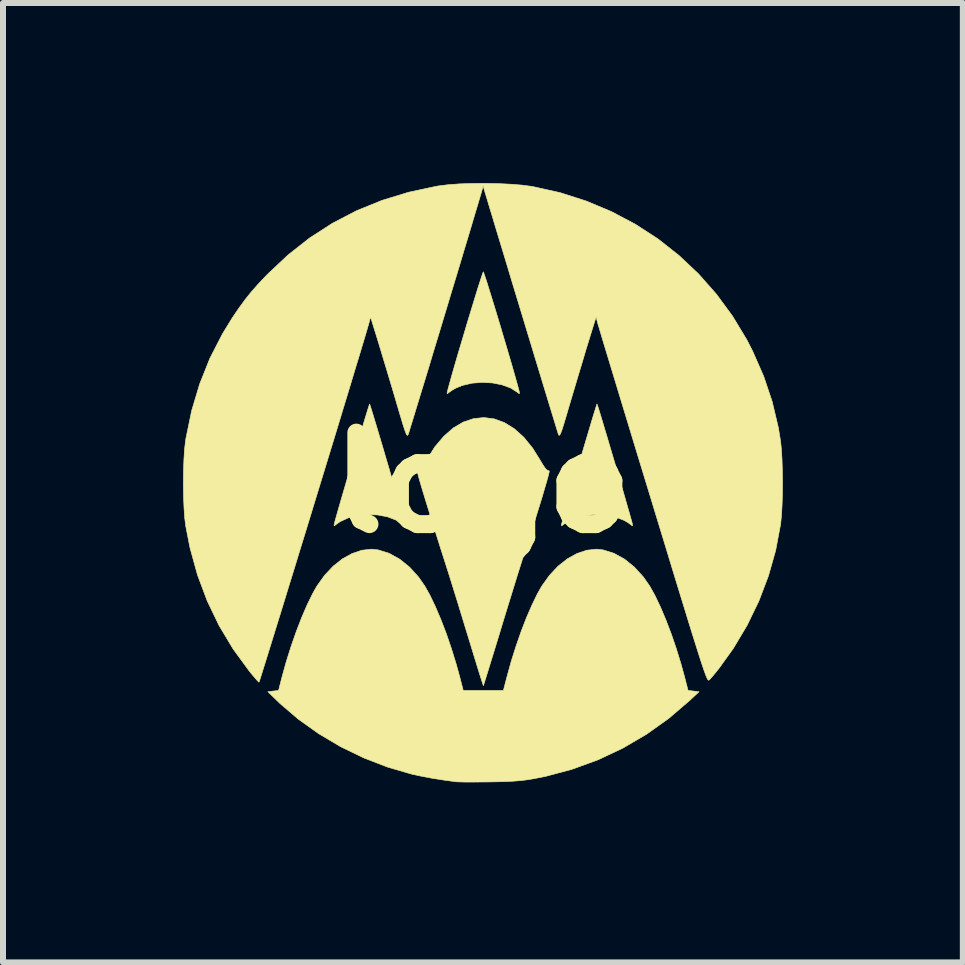
<source format=kicad_pcb>
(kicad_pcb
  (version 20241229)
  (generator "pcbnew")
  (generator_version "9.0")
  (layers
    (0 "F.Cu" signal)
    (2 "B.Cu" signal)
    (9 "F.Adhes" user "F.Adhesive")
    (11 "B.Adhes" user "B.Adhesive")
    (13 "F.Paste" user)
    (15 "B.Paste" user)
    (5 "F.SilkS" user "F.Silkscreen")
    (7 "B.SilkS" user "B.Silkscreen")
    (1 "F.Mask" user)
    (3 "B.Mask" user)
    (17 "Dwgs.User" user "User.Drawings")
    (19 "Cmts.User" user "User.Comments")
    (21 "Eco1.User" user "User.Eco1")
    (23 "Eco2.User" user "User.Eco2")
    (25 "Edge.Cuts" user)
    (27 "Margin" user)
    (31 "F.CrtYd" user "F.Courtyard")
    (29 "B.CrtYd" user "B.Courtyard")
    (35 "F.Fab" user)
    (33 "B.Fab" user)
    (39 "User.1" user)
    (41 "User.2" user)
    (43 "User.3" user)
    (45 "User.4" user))
  (footprint "logo"
    (layer "F.Cu")
    (at 4.992 4.993)
    (property "Reference" "logo" (at 0 0 0) (layer "F.SilkS") (effects (font (size 1.524 1.524) (thickness 0.3))))
    (attr through_hole)
    (fp_poly (pts (xy 0.019 -3.494) (xy 0.038 -3.438) (xy 0.067 -3.352) (xy 0.102 -3.238) (xy 0.144 -3.103) (xy 0.191 -2.951) (xy 0.241 -2.786) (xy 0.293 -2.614) (xy 0.345 -2.438) (xy 0.397 -2.264) (xy 0.446 -2.097) (xy 0.492 -1.94) (xy 0.532 -1.8) (xy 0.566 -1.68) (xy 0.592 -1.585) (xy 0.608 -1.524) (xy 0.614 -1.488) (xy 0.603 -1.487) (xy 0.58 -1.506) (xy 0.465 -1.579) (xy 0.323 -1.631) (xy 0.162 -1.663) (xy -0.007 -1.672) (xy -0.176 -1.659) (xy -0.335 -1.622) (xy -0.445 -1.578) (xy -0.505 -1.544) (xy -0.554 -1.509) (xy -0.559 -1.506) (xy -0.588 -1.484) (xy -0.593 -1.495) (xy -0.587 -1.524) (xy -0.569 -1.592) (xy -0.542 -1.69) (xy -0.508 -1.812) (xy -0.467 -1.954) (xy -0.421 -2.112) (xy -0.371 -2.28) (xy -0.319 -2.454) (xy -0.267 -2.63) (xy -0.215 -2.802) (xy -0.165 -2.965) (xy -0.119 -3.116) (xy -0.078 -3.25) (xy -0.042 -3.361) (xy -0.015 -3.445) (xy 0.003 -3.497) (xy 0.011 -3.513) (xy 0.019 -3.494)) (stroke (width 0.01) (type solid)) (fill yes) (layer "F.SilkS"))
    (fp_poly (pts (xy -1.877 -1.292) (xy -1.859 -1.237) (xy -1.832 -1.15) (xy -1.798 -1.037) (xy -1.757 -0.902) (xy -1.712 -0.75) (xy -1.663 -0.586) (xy -1.613 -0.415) (xy -1.561 -0.24) (xy -1.511 -0.068) (xy -1.462 0.098) (xy -1.417 0.253) (xy -1.377 0.391) (xy -1.344 0.508) (xy -1.318 0.6) (xy -1.301 0.662) (xy -1.297 0.677) (xy -1.291 0.714) (xy -1.302 0.714) (xy -1.325 0.696) (xy -1.371 0.663) (xy -1.431 0.628) (xy -1.439 0.624) (xy -1.585 0.568) (xy -1.748 0.537) (xy -1.918 0.53) (xy -2.085 0.547) (xy -2.241 0.586) (xy -2.375 0.648) (xy -2.443 0.696) (xy -2.471 0.718) (xy -2.477 0.707) (xy -2.47 0.677) (xy -2.458 0.629) (xy -2.435 0.549) (xy -2.405 0.442) (xy -2.367 0.311) (xy -2.324 0.163) (xy -2.277 0.001) (xy -2.227 -0.169) (xy -2.176 -0.344) (xy -2.125 -0.517) (xy -2.075 -0.685) (xy -2.028 -0.842) (xy -1.986 -0.984) (xy -1.949 -1.107) (xy -1.919 -1.205) (xy -1.897 -1.274) (xy -1.885 -1.309) (xy -1.884 -1.312) (xy -1.877 -1.292)) (stroke (width 0.01) (type solid)) (fill yes) (layer "F.SilkS"))
    (fp_poly (pts (xy 1.912 -1.292) (xy 1.93 -1.237) (xy 1.957 -1.15) (xy 1.991 -1.037) (xy 2.031 -0.902) (xy 2.077 -0.75) (xy 2.125 -0.586) (xy 2.176 -0.415) (xy 2.228 -0.24) (xy 2.278 -0.068) (xy 2.327 0.098) (xy 2.372 0.253) (xy 2.411 0.391) (xy 2.445 0.508) (xy 2.471 0.6) (xy 2.488 0.662) (xy 2.492 0.677) (xy 2.498 0.714) (xy 2.487 0.714) (xy 2.464 0.696) (xy 2.418 0.663) (xy 2.358 0.628) (xy 2.349 0.624) (xy 2.204 0.568) (xy 2.041 0.537) (xy 1.871 0.53) (xy 1.704 0.547) (xy 1.548 0.586) (xy 1.414 0.648) (xy 1.346 0.696) (xy 1.317 0.718) (xy 1.312 0.707) (xy 1.318 0.677) (xy 1.331 0.629) (xy 1.353 0.549) (xy 1.384 0.442) (xy 1.421 0.311) (xy 1.465 0.163) (xy 1.512 0.001) (xy 1.562 -0.169) (xy 1.613 -0.344) (xy 1.664 -0.517) (xy 1.714 -0.685) (xy 1.761 -0.842) (xy 1.803 -0.984) (xy 1.84 -1.107) (xy 1.87 -1.205) (xy 1.892 -1.274) (xy 1.903 -1.309) (xy 1.905 -1.312) (xy 1.912 -1.292)) (stroke (width 0.01) (type solid)) (fill yes) (layer "F.SilkS"))
    (fp_poly (pts (xy 0.192 -1.064) (xy 0.362 -1.002) (xy 0.527 -0.9) (xy 0.685 -0.758) (xy 0.833 -0.576) (xy 0.955 -0.38) (xy 0.999 -0.306) (xy 1.037 -0.249) (xy 1.065 -0.216) (xy 1.073 -0.212) (xy 1.105 -0.198) (xy 1.11 -0.193) (xy 1.106 -0.169) (xy 1.091 -0.109) (xy 1.066 -0.018) (xy 1.031 0.1) (xy 0.99 0.241) (xy 0.941 0.399) (xy 0.888 0.57) (xy 0.832 0.75) (xy 0.773 0.935) (xy 0.713 1.119) (xy 0.678 1.228) (xy 0.653 1.304) (xy 0.618 1.415) (xy 0.574 1.555) (xy 0.523 1.72) (xy 0.467 1.902) (xy 0.407 2.096) (xy 0.345 2.298) (xy 0.304 2.434) (xy 0.246 2.625) (xy 0.191 2.804) (xy 0.141 2.965) (xy 0.098 3.106) (xy 0.062 3.222) (xy 0.035 3.309) (xy 0.018 3.364) (xy 0.012 3.381) (xy 0.005 3.363) (xy -0.013 3.308) (xy -0.04 3.222) (xy -0.076 3.108) (xy -0.118 2.97) (xy -0.166 2.814) (xy -0.218 2.643) (xy -0.232 2.598) (xy -0.292 2.403) (xy -0.353 2.203) (xy -0.413 2.006) (xy -0.471 1.82) (xy -0.523 1.652) (xy -0.567 1.511) (xy -0.597 1.418) (xy -0.705 1.08) (xy -0.799 0.782) (xy -0.88 0.523) (xy -0.948 0.304) (xy -1.003 0.124) (xy -1.044 -0.015) (xy -1.072 -0.115) (xy -1.087 -0.174) (xy -1.088 -0.193) (xy -1.059 -0.211) (xy -1.052 -0.212) (xy -1.031 -0.23) (xy -0.997 -0.277) (xy -0.955 -0.344) (xy -0.934 -0.38) (xy -0.797 -0.598) (xy -0.647 -0.775) (xy -0.489 -0.913) (xy -0.323 -1.011) (xy -0.153 -1.068) (xy 0.02 -1.086) (xy 0.192 -1.064)) (stroke (width 0.01) (type solid)) (fill yes) (layer "F.SilkS"))
    (fp_poly (pts (xy 2.006 1.119) (xy 2.188 1.176) (xy 2.364 1.273) (xy 2.528 1.406) (xy 2.679 1.572) (xy 2.784 1.723) (xy 2.87 1.877) (xy 2.96 2.066) (xy 3.051 2.281) (xy 3.141 2.516) (xy 3.226 2.764) (xy 3.304 3.018) (xy 3.362 3.228) (xy 3.422 3.461) (xy 3.513 3.471) (xy 3.605 3.482) (xy 3.452 3.625) (xy 3.104 3.924) (xy 2.731 4.19) (xy 2.335 4.422) (xy 1.921 4.617) (xy 1.49 4.774) (xy 1.046 4.893) (xy 0.847 4.932) (xy 0.738 4.95) (xy 0.631 4.963) (xy 0.515 4.972) (xy 0.381 4.979) (xy 0.219 4.983) (xy 0.106 4.985) (xy -0.037 4.986) (xy -0.169 4.987) (xy -0.284 4.987) (xy -0.374 4.985) (xy -0.432 4.983) (xy -0.445 4.982) (xy -0.643 4.955) (xy -0.846 4.923) (xy -1.035 4.887) (xy -1.183 4.855) (xy -1.587 4.737) (xy -1.983 4.584) (xy -2.367 4.398) (xy -2.731 4.182) (xy -3.071 3.94) (xy -3.38 3.676) (xy -3.425 3.632) (xy -3.579 3.482) (xy -3.49 3.471) (xy -3.401 3.461) (xy -3.341 3.228) (xy -3.271 2.976) (xy -3.191 2.723) (xy -3.105 2.477) (xy -3.015 2.244) (xy -2.924 2.033) (xy -2.834 1.849) (xy -2.763 1.723) (xy -2.635 1.544) (xy -2.492 1.391) (xy -2.338 1.269) (xy -2.177 1.18) (xy -2.014 1.125) (xy -1.852 1.107) (xy -1.741 1.119) (xy -1.559 1.176) (xy -1.383 1.273) (xy -1.218 1.406) (xy -1.068 1.572) (xy -0.963 1.723) (xy -0.877 1.877) (xy -0.787 2.066) (xy -0.695 2.282) (xy -0.605 2.517) (xy -0.52 2.766) (xy -0.442 3.019) (xy -0.384 3.228) (xy -0.324 3.461) (xy 0.345 3.461) (xy 0.406 3.228) (xy 0.476 2.975) (xy 0.556 2.722) (xy 0.642 2.475) (xy 0.732 2.242) (xy 0.824 2.031) (xy 0.913 1.848) (xy 0.984 1.723) (xy 1.112 1.544) (xy 1.255 1.391) (xy 1.409 1.269) (xy 1.569 1.18) (xy 1.732 1.125) (xy 1.894 1.107) (xy 2.006 1.119)) (stroke (width 0.01) (type solid)) (fill yes) (layer "F.SilkS"))
    (fp_poly (pts (xy 0.253 -4.984) (xy 0.463 -4.974) (xy 0.653 -4.959) (xy 0.814 -4.938) (xy 0.836 -4.934) (xy 1.291 -4.833) (xy 1.728 -4.693) (xy 2.147 -4.517) (xy 2.546 -4.306) (xy 2.922 -4.062) (xy 3.273 -3.785) (xy 3.599 -3.477) (xy 3.896 -3.14) (xy 4.164 -2.775) (xy 4.4 -2.384) (xy 4.498 -2.193) (xy 4.682 -1.774) (xy 4.824 -1.35) (xy 4.926 -0.92) (xy 4.963 -0.695) (xy 4.977 -0.56) (xy 4.987 -0.394) (xy 4.993 -0.207) (xy 4.996 -0.009) (xy 4.994 0.19) (xy 4.988 0.379) (xy 4.978 0.547) (xy 4.965 0.684) (xy 4.963 0.695) (xy 4.882 1.126) (xy 4.761 1.553) (xy 4.602 1.971) (xy 4.407 2.374) (xy 4.178 2.758) (xy 3.947 3.08) (xy 3.887 3.156) (xy 3.832 3.222) (xy 3.79 3.27) (xy 3.775 3.285) (xy 3.769 3.289) (xy 3.763 3.29) (xy 3.756 3.285) (xy 3.747 3.273) (xy 3.736 3.251) (xy 3.722 3.219) (xy 3.705 3.173) (xy 3.683 3.112) (xy 3.657 3.035) (xy 3.625 2.938) (xy 3.588 2.821) (xy 3.544 2.682) (xy 3.492 2.517) (xy 3.433 2.327) (xy 3.366 2.108) (xy 3.289 1.858) (xy 3.203 1.577) (xy 3.107 1.261) (xy 3 0.91) (xy 2.881 0.52) (xy 2.837 0.375) (xy 2.732 0.031) (xy 2.63 -0.303) (xy 2.532 -0.624) (xy 2.439 -0.931) (xy 2.351 -1.22) (xy 2.269 -1.49) (xy 2.194 -1.738) (xy 2.126 -1.962) (xy 2.066 -2.16) (xy 2.015 -2.328) (xy 1.974 -2.466) (xy 1.943 -2.57) (xy 1.922 -2.638) (xy 1.914 -2.667) (xy 1.89 -2.762) (xy 1.814 -2.519) (xy 1.773 -2.385) (xy 1.722 -2.22) (xy 1.666 -2.031) (xy 1.605 -1.829) (xy 1.543 -1.621) (xy 1.482 -1.417) (xy 1.425 -1.225) (xy 1.395 -1.122) (xy 1.355 -0.988) (xy 1.325 -0.892) (xy 1.302 -0.829) (xy 1.285 -0.796) (xy 1.272 -0.789) (xy 1.263 -0.803) (xy 1.262 -0.806) (xy 1.252 -0.837) (xy 1.231 -0.905) (xy 1.2 -1.007) (xy 1.16 -1.138) (xy 1.112 -1.295) (xy 1.057 -1.476) (xy 0.996 -1.677) (xy 0.93 -1.894) (xy 0.86 -2.125) (xy 0.787 -2.366) (xy 0.712 -2.613) (xy 0.636 -2.864) (xy 0.56 -3.114) (xy 0.485 -3.361) (xy 0.413 -3.602) (xy 0.343 -3.833) (xy 0.277 -4.05) (xy 0.216 -4.251) (xy 0.162 -4.432) (xy 0.114 -4.589) (xy 0.075 -4.72) (xy 0.044 -4.821) (xy 0.024 -4.889) (xy 0.015 -4.92) (xy 0.015 -4.921) (xy 0.007 -4.95) (xy 0.003 -4.938) (xy 0.002 -4.923) (xy -0.004 -4.9) (xy -0.021 -4.839) (xy -0.049 -4.745) (xy -0.086 -4.62) (xy -0.132 -4.468) (xy -0.184 -4.291) (xy -0.243 -4.094) (xy -0.308 -3.88) (xy -0.376 -3.652) (xy -0.448 -3.413) (xy -0.523 -3.167) (xy -0.598 -2.917) (xy -0.674 -2.665) (xy -0.749 -2.417) (xy -0.823 -2.174) (xy -0.893 -1.94) (xy -0.96 -1.719) (xy -1.023 -1.514) (xy -1.08 -1.328) (xy -1.13 -1.164) (xy -1.172 -1.026) (xy -1.206 -0.917) (xy -1.229 -0.84) (xy -1.24 -0.806) (xy -1.25 -0.789) (xy -1.262 -0.794) (xy -1.278 -0.824) (xy -1.3 -0.883) (xy -1.33 -0.975) (xy -1.368 -1.104) (xy -1.374 -1.122) (xy -1.427 -1.302) (xy -1.485 -1.5) (xy -1.547 -1.707) (xy -1.609 -1.914) (xy -1.669 -2.112) (xy -1.723 -2.292) (xy -1.77 -2.445) (xy -1.793 -2.519) (xy -1.868 -2.762) (xy -1.893 -2.667) (xy -1.905 -2.625) (xy -1.928 -2.546) (xy -1.961 -2.434) (xy -2.004 -2.291) (xy -2.055 -2.121) (xy -2.115 -1.925) (xy -2.181 -1.706) (xy -2.253 -1.467) (xy -2.331 -1.212) (xy -2.413 -0.941) (xy -2.499 -0.659) (xy -2.588 -0.368) (xy -2.679 -0.071) (xy -2.771 0.229) (xy -2.863 0.531) (xy -2.955 0.831) (xy -3.046 1.126) (xy -3.134 1.414) (xy -3.22 1.692) (xy -3.301 1.957) (xy -3.378 2.207) (xy -3.45 2.438) (xy -3.515 2.649) (xy -3.573 2.836) (xy -3.623 2.997) (xy -3.664 3.128) (xy -3.695 3.228) (xy -3.716 3.294) (xy -3.726 3.322) (xy -3.727 3.323) (xy -3.744 3.308) (xy -3.782 3.266) (xy -3.835 3.204) (xy -3.889 3.138) (xy -4.158 2.77) (xy -4.392 2.38) (xy -4.59 1.968) (xy -4.752 1.535) (xy -4.877 1.082) (xy -4.946 0.73) (xy -4.964 0.591) (xy -4.976 0.419) (xy -4.984 0.226) (xy -4.987 0.022) (xy -4.985 -0.184) (xy -4.978 -0.38) (xy -4.967 -0.557) (xy -4.95 -0.704) (xy -4.946 -0.73) (xy -4.849 -1.199) (xy -4.715 -1.646) (xy -4.545 -2.073) (xy -4.337 -2.478) (xy -4.176 -2.741) (xy -4.064 -2.906) (xy -3.96 -3.049) (xy -3.854 -3.181) (xy -3.736 -3.315) (xy -3.596 -3.462) (xy -3.579 -3.479) (xy -3.241 -3.797) (xy -2.882 -4.079) (xy -2.502 -4.324) (xy -2.102 -4.532) (xy -1.679 -4.704) (xy -1.235 -4.84) (xy -0.768 -4.94) (xy -0.73 -4.946) (xy -0.577 -4.965) (xy -0.391 -4.979) (xy -0.184 -4.986) (xy 0.034 -4.988) (xy 0.253 -4.984)) (stroke (width 0.01) (type solid)) (fill yes) (layer "F.SilkS")))
  (gr_rect
    (start -3 -3)
    (end 12.992 12.985)
    (stroke (width 0.1) (type default))
    (fill no)
    (layer "Edge.Cuts")))
</source>
